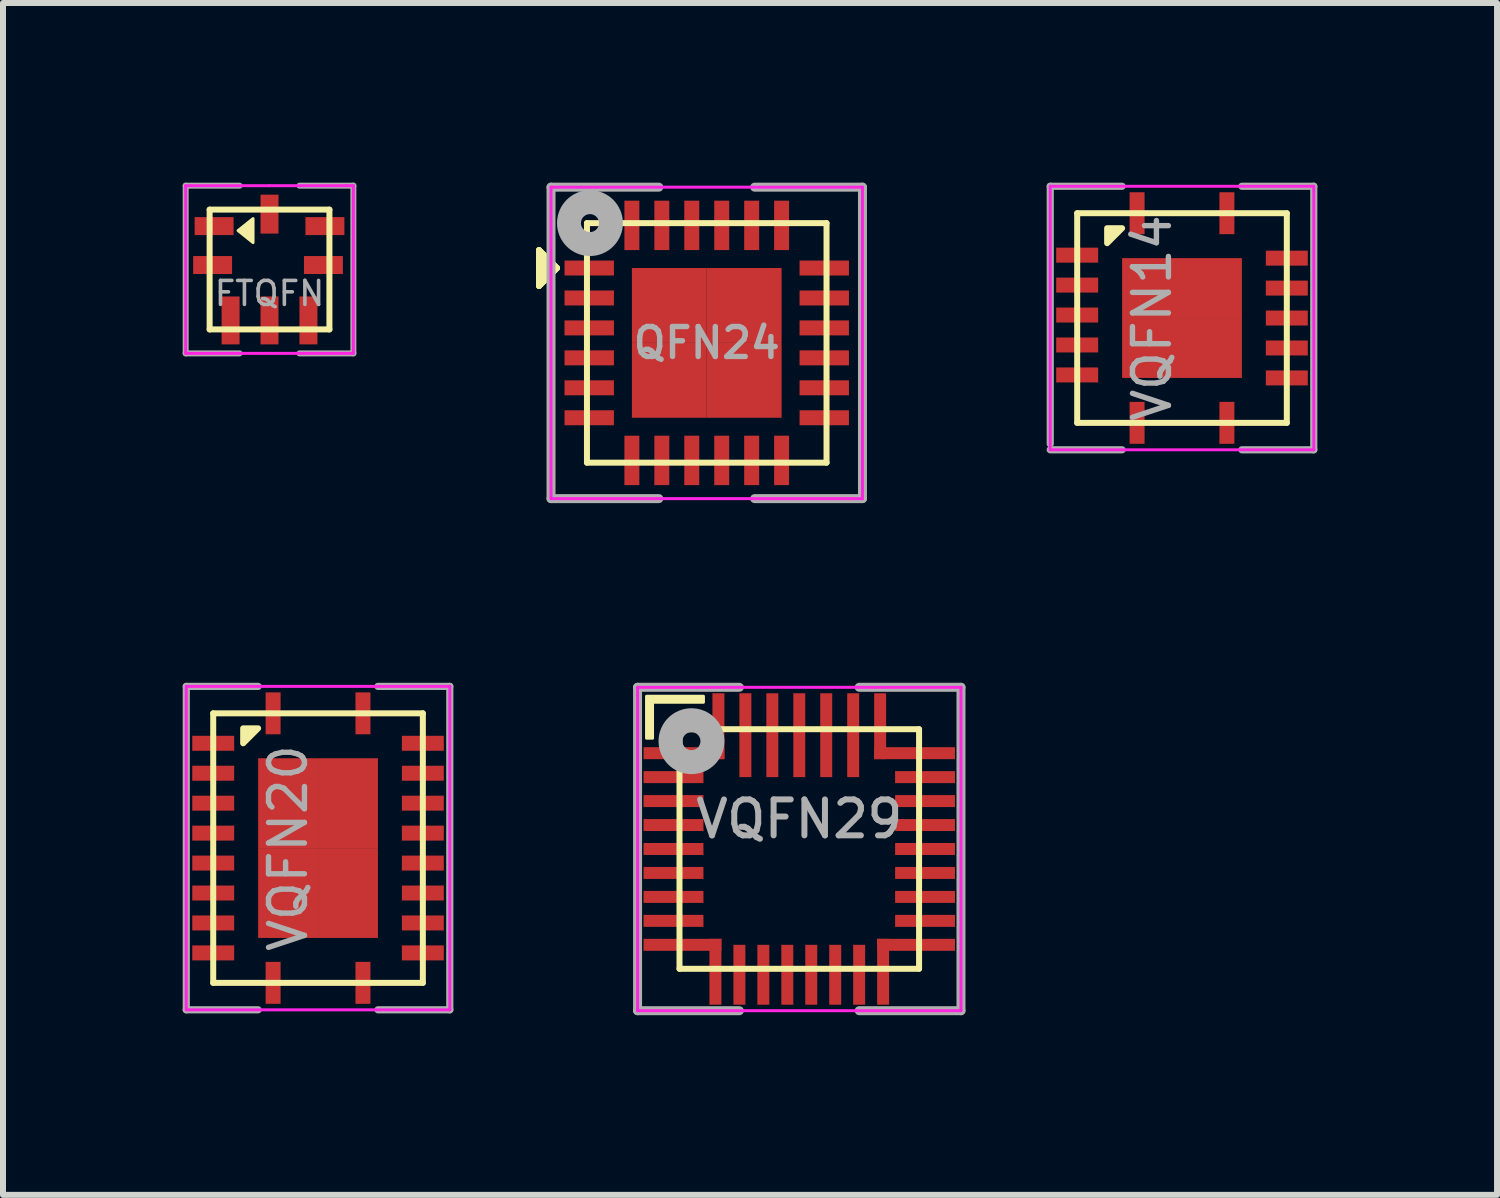
<source format=kicad_pcb>
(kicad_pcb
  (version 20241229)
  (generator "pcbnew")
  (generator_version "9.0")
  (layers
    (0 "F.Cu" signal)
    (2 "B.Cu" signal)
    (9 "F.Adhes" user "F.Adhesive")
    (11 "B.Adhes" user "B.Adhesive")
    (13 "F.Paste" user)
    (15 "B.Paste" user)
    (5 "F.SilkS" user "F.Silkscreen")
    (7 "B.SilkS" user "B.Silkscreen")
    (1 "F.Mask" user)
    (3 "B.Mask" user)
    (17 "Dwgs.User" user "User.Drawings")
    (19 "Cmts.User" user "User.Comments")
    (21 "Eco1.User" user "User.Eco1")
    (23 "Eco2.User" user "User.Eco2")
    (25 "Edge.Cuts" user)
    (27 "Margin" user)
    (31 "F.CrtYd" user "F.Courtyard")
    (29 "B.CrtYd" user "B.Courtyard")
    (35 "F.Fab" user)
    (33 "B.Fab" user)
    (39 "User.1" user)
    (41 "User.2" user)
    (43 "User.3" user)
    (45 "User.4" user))
  (footprint "QFN24"
    (layer "F.Cu")
    (at 8.75 2.675)
    (property "Reference" "QFN24" (at 0 0 0) (layer "F.Fab") (effects (font (size 0.5 0.5) (thickness 0.09))))
    (attr smd)
    (fp_line (start -2.8 -1.55) (end -2.8 -0.95) (stroke (width 0.1) (type solid)) (layer "F.SilkS"))
    (fp_line (start -2.8 -0.95) (end -2.5 -1.25) (stroke (width 0.1) (type solid)) (layer "F.SilkS"))
    (fp_line (start -2.7 -1.35) (end -2.7 -1.15) (stroke (width 0.2) (type solid)) (layer "F.SilkS"))
    (fp_line (start -2.55 -1.25) (end -2.65 -1.25) (stroke (width 0.1) (type solid)) (layer "F.SilkS"))
    (fp_line (start -2.5 -1.25) (end -2.8 -1.55) (stroke (width 0.1) (type solid)) (layer "F.SilkS"))
    (fp_line (start -2 -2) (end 2 -2) (stroke (width 0.1) (type solid)) (layer "F.SilkS"))
    (fp_line (start -2 2) (end -2 -2) (stroke (width 0.1) (type solid)) (layer "F.SilkS"))
    (fp_line (start 2 2) (end -2 2) (stroke (width 0.1) (type solid)) (layer "F.SilkS"))
    (fp_line (start 2 2) (end 2 -2) (stroke (width 0.1) (type solid)) (layer "F.SilkS"))
    (fp_poly (pts (xy -2.5 -1.25) (xy -2.8 -0.95) (xy -2.8 -1.55)) (stroke (width 0.1) (type solid)) (fill yes) (layer "F.SilkS"))
    (fp_line (start -2.6 -2.6) (end 2.6 -2.6) (stroke (width 0.05) (type solid)) (layer "F.CrtYd"))
    (fp_line (start -2.6 2.6) (end -2.6 -2.6) (stroke (width 0.05) (type solid)) (layer "F.CrtYd"))
    (fp_line (start 2.6 -2.6) (end 2.6 2.6) (stroke (width 0.05) (type solid)) (layer "F.CrtYd"))
    (fp_line (start 2.6 2.6) (end -2.6 2.6) (stroke (width 0.05) (type solid)) (layer "F.CrtYd"))
    (fp_line (start -2.6 -2.6) (end -2.6 2.6) (stroke (width 0.15) (type solid)) (layer "F.Fab"))
    (fp_line (start -2.6 2.6) (end -0.8 2.6) (stroke (width 0.15) (type solid)) (layer "F.Fab"))
    (fp_line (start -0.8 -2.6) (end -2.6 -2.6) (stroke (width 0.15) (type solid)) (layer "F.Fab"))
    (fp_line (start 0.8 -2.6) (end 2.6 -2.6) (stroke (width 0.15) (type solid)) (layer "F.Fab"))
    (fp_line (start 2.6 -2.6) (end 2.6 2.6) (stroke (width 0.15) (type solid)) (layer "F.Fab"))
    (fp_line (start 2.6 2.6) (end 0.8 2.6) (stroke (width 0.15) (type solid)) (layer "F.Fab"))
    (fp_circle (center -1.95 -2) (end -1.8 -2) (stroke (width 0.4) (type solid)) (fill no) (layer "F.Fab"))
    (pad "0" smd rect (at -0.625 -0.625) (size 1.25 1.25) (layers "F.Cu" "F.Mask" "F.Paste"))
    (pad "0" smd rect (at -0.625 0.625) (size 1.25 1.25) (layers "F.Cu" "F.Mask" "F.Paste"))
    (pad "0" smd rect (at 0.625 -0.625) (size 1.25 1.25) (layers "F.Cu" "F.Mask" "F.Paste"))
    (pad "0" smd rect (at 0.625 0.625) (size 1.25 1.25) (layers "F.Cu" "F.Mask" "F.Paste"))
    (pad "1" smd rect (at -1.962 -1.25) (size 0.825 0.25) (layers "F.Cu" "F.Mask" "F.Paste"))
    (pad "2" smd rect (at -1.962 -0.75) (size 0.825 0.25) (layers "F.Cu" "F.Mask" "F.Paste"))
    (pad "3" smd rect (at -1.962 -0.25) (size 0.825 0.25) (layers "F.Cu" "F.Mask" "F.Paste"))
    (pad "4" smd rect (at -1.962 0.25) (size 0.825 0.25) (layers "F.Cu" "F.Mask" "F.Paste"))
    (pad "5" smd rect (at -1.962 0.75) (size 0.825 0.25) (layers "F.Cu" "F.Mask" "F.Paste"))
    (pad "6" smd rect (at -1.962 1.25) (size 0.825 0.25) (layers "F.Cu" "F.Mask" "F.Paste"))
    (pad "7" smd rect (at -1.25 1.962) (size 0.25 0.825) (layers "F.Cu" "F.Mask" "F.Paste"))
    (pad "8" smd rect (at -0.75 1.962) (size 0.25 0.825) (layers "F.Cu" "F.Mask" "F.Paste"))
    (pad "9" smd rect (at -0.25 1.962) (size 0.25 0.825) (layers "F.Cu" "F.Mask" "F.Paste"))
    (pad "10" smd rect (at 0.25 1.962) (size 0.25 0.825) (layers "F.Cu" "F.Mask" "F.Paste"))
    (pad "11" smd rect (at 0.75 1.962) (size 0.25 0.825) (layers "F.Cu" "F.Mask" "F.Paste"))
    (pad "12" smd rect (at 1.25 1.962) (size 0.25 0.825) (layers "F.Cu" "F.Mask" "F.Paste"))
    (pad "13" smd rect (at 1.962 1.25) (size 0.825 0.25) (layers "F.Cu" "F.Mask" "F.Paste"))
    (pad "14" smd rect (at 1.962 0.75) (size 0.825 0.25) (layers "F.Cu" "F.Mask" "F.Paste"))
    (pad "15" smd rect (at 1.962 0.25) (size 0.825 0.25) (layers "F.Cu" "F.Mask" "F.Paste"))
    (pad "16" smd rect (at 1.962 -0.25) (size 0.825 0.25) (layers "F.Cu" "F.Mask" "F.Paste"))
    (pad "17" smd rect (at 1.962 -0.75) (size 0.825 0.25) (layers "F.Cu" "F.Mask" "F.Paste"))
    (pad "18" smd rect (at 1.962 -1.25) (size 0.825 0.25) (layers "F.Cu" "F.Mask" "F.Paste"))
    (pad "19" smd rect (at 1.25 -1.962) (size 0.25 0.825) (layers "F.Cu" "F.Mask" "F.Paste"))
    (pad "20" smd rect (at 0.75 -1.962) (size 0.25 0.825) (layers "F.Cu" "F.Mask" "F.Paste"))
    (pad "21" smd rect (at 0.25 -1.962) (size 0.25 0.825) (layers "F.Cu" "F.Mask" "F.Paste"))
    (pad "22" smd rect (at -0.25 -1.962) (size 0.25 0.825) (layers "F.Cu" "F.Mask" "F.Paste"))
    (pad "23" smd rect (at -0.75 -1.962) (size 0.25 0.825) (layers "F.Cu" "F.Mask" "F.Paste"))
    (pad "24" smd rect (at -1.25 -1.962) (size 0.25 0.825) (layers "F.Cu" "F.Mask" "F.Paste")))
  (footprint "FTQFN"
    (layer "F.Cu")
    (at 1.45 1.45)
    (property "Reference" "FTQFN" (at 0 0.4 180) (layer "F.Fab") (effects (font (size 0.4 0.4) (thickness 0.06))))
    (attr through_hole)
    (fp_line (start -1 -1) (end 1 -1) (stroke (width 0.1) (type solid)) (layer "F.SilkS"))
    (fp_line (start -1 1) (end -1 -1) (stroke (width 0.1) (type solid)) (layer "F.SilkS"))
    (fp_line (start 1 -1) (end 1 1) (stroke (width 0.1) (type solid)) (layer "F.SilkS"))
    (fp_line (start 1 1) (end -1 1) (stroke (width 0.1) (type solid)) (layer "F.SilkS"))
    (fp_poly (pts (xy -0.275 -0.45) (xy -0.525 -0.65) (xy -0.275 -0.85)) (stroke (width 0.05) (type solid)) (fill yes) (layer "F.SilkS"))
    (fp_line (start -1.4 -1.4) (end 0 -1.4) (stroke (width 0.05) (type solid)) (layer "F.CrtYd"))
    (fp_line (start -1.4 1.4) (end -1.4 -1.4) (stroke (width 0.05) (type solid)) (layer "F.CrtYd"))
    (fp_line (start 0 -1.4) (end 1.3 -1.4) (stroke (width 0.05) (type solid)) (layer "F.CrtYd"))
    (fp_line (start 1.3 -1.4) (end 1.4 -1.4) (stroke (width 0.05) (type solid)) (layer "F.CrtYd"))
    (fp_line (start 1.4 -1.4) (end 1.4 1.4) (stroke (width 0.05) (type solid)) (layer "F.CrtYd"))
    (fp_line (start 1.4 1.4) (end -1.4 1.4) (stroke (width 0.05) (type solid)) (layer "F.CrtYd"))
    (fp_line (start -1.4 -1.4) (end -1.4 1.4) (stroke (width 0.1) (type solid)) (layer "F.Fab"))
    (fp_line (start -1.4 1.4) (end -0.5 1.4) (stroke (width 0.1) (type solid)) (layer "F.Fab"))
    (fp_line (start -0.5 -1.4) (end -1.4 -1.4) (stroke (width 0.1) (type solid)) (layer "F.Fab"))
    (fp_line (start 0.5 1.4) (end 1.4 1.4) (stroke (width 0.1) (type solid)) (layer "F.Fab"))
    (fp_line (start 1.4 -1.4) (end 0.5 -1.4) (stroke (width 0.1) (type solid)) (layer "F.Fab"))
    (fp_line (start 1.4 1.4) (end 1.4 -1.4) (stroke (width 0.1) (type solid)) (layer "F.Fab"))
    (pad "1" smd rect (at -0.925 -0.725) (size 0.65 0.3) (layers "F.Cu" "F.Mask" "F.Paste"))
    (pad "2" smd rect (at -0.95 -0.075) (size 0.65 0.3) (layers "F.Cu" "F.Mask" "F.Paste"))
    (pad "3" smd rect (at -0.65 0.85) (size 0.3 0.8) (layers "F.Cu" "F.Mask" "F.Paste"))
    (pad "4" smd rect (at 0 0.85) (size 0.3 0.8) (layers "F.Cu" "F.Mask" "F.Paste"))
    (pad "5" smd rect (at 0.65 0.85) (size 0.3 0.8) (layers "F.Cu" "F.Mask" "F.Paste"))
    (pad "6" smd rect (at 0.9 -0.075) (size 0.65 0.3) (layers "F.Cu" "F.Mask" "F.Paste"))
    (pad "7" smd rect (at 0.925 -0.725) (size 0.65 0.3) (layers "F.Cu" "F.Mask" "F.Paste"))
    (pad "8" smd rect (at 0 -0.925) (size 0.3 0.65) (layers "F.Cu" "F.Mask" "F.Paste")))
  (footprint "VQFN20"
    (layer "F.Cu")
    (at 2.26 11.11)
    (property "Reference" "VQFN20" (at -0.5 0 90) (layer "F.Fab") (effects (font (size 0.6 0.6) (thickness 0.09))))
    (attr smd)
    (fp_line (start -1.75 -2.25) (end -1.75 2.25) (stroke (width 0.1) (type solid)) (layer "F.SilkS"))
    (fp_line (start 1.75 -2.25) (end -1.75 -2.25) (stroke (width 0.1) (type solid)) (layer "F.SilkS"))
    (fp_line (start 1.75 -2.25) (end 1.75 2.25) (stroke (width 0.1) (type solid)) (layer "F.SilkS"))
    (fp_line (start 1.75 2.25) (end -1.75 2.25) (stroke (width 0.1) (type solid)) (layer "F.SilkS"))
    (fp_poly (pts (xy -1.25 -1.75) (xy -1.25 -2) (xy -1 -2)) (stroke (width 0.1) (type solid)) (fill yes) (layer "F.SilkS"))
    (fp_line (start -2.2 2.7) (end -2.2 -2.7) (stroke (width 0.05) (type solid)) (layer "F.CrtYd"))
    (fp_line (start -2.2 2.7) (end 2.2 2.7) (stroke (width 0.05) (type solid)) (layer "F.CrtYd"))
    (fp_line (start 2.2 -2.7) (end -2.2 -2.7) (stroke (width 0.05) (type solid)) (layer "F.CrtYd"))
    (fp_line (start 2.2 2.7) (end 2.2 -2.7) (stroke (width 0.05) (type solid)) (layer "F.CrtYd"))
    (fp_line (start -2.2 -2.7) (end -2.2 2.7) (stroke (width 0.12) (type solid)) (layer "F.Fab"))
    (fp_line (start -1 -2.7) (end -2.2 -2.7) (stroke (width 0.12) (type solid)) (layer "F.Fab"))
    (fp_line (start -1 2.7) (end -2.2 2.7) (stroke (width 0.12) (type solid)) (layer "F.Fab"))
    (fp_line (start 2.2 -2.7) (end 1 -2.7) (stroke (width 0.12) (type solid)) (layer "F.Fab"))
    (fp_line (start 2.2 -2.7) (end 2.2 2.7) (stroke (width 0.12) (type solid)) (layer "F.Fab"))
    (fp_line (start 2.2 2.7) (end 1 2.7) (stroke (width 0.12) (type solid)) (layer "F.Fab"))
    (pad "0" smd rect (at -0.5 -0.75) (size 1 1.5) (layers "F.Cu" "F.Mask" "F.Paste"))
    (pad "0" smd rect (at -0.5 0.75) (size 1 1.5) (layers "F.Cu" "F.Mask" "F.Paste"))
    (pad "0" smd rect (at 0.5 -0.75) (size 1 1.5) (layers "F.Cu" "F.Mask" "F.Paste"))
    (pad "0" smd rect (at 0.5 0.75) (size 1 1.5) (layers "F.Cu" "F.Mask" "F.Paste"))
    (pad "1" smd rect (at -0.75 -2.25 90) (size 0.7 0.25) (layers "F.Cu" "F.Mask" "F.Paste"))
    (pad "2" smd rect (at -1.75 -1.75) (size 0.7 0.25) (layers "F.Cu" "F.Mask" "F.Paste"))
    (pad "3" smd rect (at -1.75 -1.25) (size 0.7 0.25) (layers "F.Cu" "F.Mask" "F.Paste"))
    (pad "4" smd rect (at -1.75 -0.75) (size 0.7 0.25) (layers "F.Cu" "F.Mask" "F.Paste"))
    (pad "5" smd rect (at -1.75 -0.25) (size 0.7 0.25) (layers "F.Cu" "F.Mask" "F.Paste"))
    (pad "6" smd rect (at -1.75 0.25) (size 0.7 0.25) (layers "F.Cu" "F.Mask" "F.Paste"))
    (pad "7" smd rect (at -1.75 0.75) (size 0.7 0.25) (layers "F.Cu" "F.Mask" "F.Paste"))
    (pad "8" smd rect (at -1.75 1.25) (size 0.7 0.25) (layers "F.Cu" "F.Mask" "F.Paste"))
    (pad "9" smd rect (at -1.75 1.75) (size 0.7 0.25) (layers "F.Cu" "F.Mask" "F.Paste"))
    (pad "10" smd rect (at -0.75 2.25 90) (size 0.7 0.25) (layers "F.Cu" "F.Mask" "F.Paste"))
    (pad "11" smd rect (at 0.75 2.25 90) (size 0.7 0.25) (layers "F.Cu" "F.Mask" "F.Paste"))
    (pad "12" smd rect (at 1.75 1.75) (size 0.7 0.25) (layers "F.Cu" "F.Mask" "F.Paste"))
    (pad "13" smd rect (at 1.75 1.25) (size 0.7 0.25) (layers "F.Cu" "F.Mask" "F.Paste"))
    (pad "14" smd rect (at 1.75 0.75) (size 0.7 0.25) (layers "F.Cu" "F.Mask" "F.Paste"))
    (pad "15" smd rect (at 1.75 0.25) (size 0.7 0.25) (layers "F.Cu" "F.Mask" "F.Paste"))
    (pad "16" smd rect (at 1.75 -0.25) (size 0.7 0.25) (layers "F.Cu" "F.Mask" "F.Paste"))
    (pad "17" smd rect (at 1.75 -0.75) (size 0.7 0.25) (layers "F.Cu" "F.Mask" "F.Paste"))
    (pad "18" smd rect (at 1.75 -1.25) (size 0.7 0.25) (layers "F.Cu" "F.Mask" "F.Paste"))
    (pad "19" smd rect (at 1.75 -1.75) (size 0.7 0.25) (layers "F.Cu" "F.Mask" "F.Paste"))
    (pad "20" smd rect (at 0.75 -2.25 90) (size 0.7 0.25) (layers "F.Cu" "F.Mask" "F.Paste")))
  (footprint "VQFN14"
    (layer "F.Cu")
    (at 16.685 2.26)
    (property "Reference" "VQFN14" (at -0.5 0 90) (layer "F.Fab") (effects (font (size 0.6 0.6) (thickness 0.09))))
    (attr smd)
    (fp_line (start -1.75 -1.75) (end -1.75 1.75) (stroke (width 0.1) (type solid)) (layer "F.SilkS"))
    (fp_line (start 1.75 -1.75) (end -1.75 -1.75) (stroke (width 0.1) (type solid)) (layer "F.SilkS"))
    (fp_line (start 1.75 -1.75) (end 1.75 1.75) (stroke (width 0.1) (type solid)) (layer "F.SilkS"))
    (fp_line (start 1.75 1.75) (end -1.75 1.75) (stroke (width 0.1) (type solid)) (layer "F.SilkS"))
    (fp_poly (pts (xy -1.25 -1.25) (xy -1.25 -1.5) (xy -1 -1.5)) (stroke (width 0.1) (type solid)) (fill yes) (layer "F.SilkS"))
    (fp_line (start -2.2 2.2) (end -2.2 -2.2) (stroke (width 0.05) (type solid)) (layer "F.CrtYd"))
    (fp_line (start -2.2 2.2) (end 2.2 2.2) (stroke (width 0.05) (type solid)) (layer "F.CrtYd"))
    (fp_line (start 2.2 -2.2) (end -2.2 -2.2) (stroke (width 0.05) (type solid)) (layer "F.CrtYd"))
    (fp_line (start 2.2 2.2) (end 2.2 -2.2) (stroke (width 0.05) (type solid)) (layer "F.CrtYd"))
    (fp_line (start -2.2 -2.2) (end -2.2 2.1) (stroke (width 0.12) (type solid)) (layer "F.Fab"))
    (fp_line (start -1 -2.2) (end -2.2 -2.2) (stroke (width 0.12) (type solid)) (layer "F.Fab"))
    (fp_line (start -1 2.2) (end -2.2 2.2) (stroke (width 0.12) (type solid)) (layer "F.Fab"))
    (fp_line (start 2.2 -2.2) (end 1 -2.2) (stroke (width 0.12) (type solid)) (layer "F.Fab"))
    (fp_line (start 2.2 -2.2) (end 2.2 2.2) (stroke (width 0.12) (type solid)) (layer "F.Fab"))
    (fp_line (start 2.2 2.2) (end 1 2.2) (stroke (width 0.12) (type solid)) (layer "F.Fab"))
    (pad "0" smd rect (at -0.5 -0.5) (size 1 1) (layers "F.Cu" "F.Mask" "F.Paste"))
    (pad "0" smd rect (at -0.5 0.5) (size 1 1) (layers "F.Cu" "F.Mask" "F.Paste"))
    (pad "0" smd rect (at 0.5 -0.5) (size 1 1) (layers "F.Cu" "F.Mask" "F.Paste"))
    (pad "0" smd rect (at 0.5 0.5) (size 1 1) (layers "F.Cu" "F.Mask" "F.Paste"))
    (pad "1" smd rect (at -0.75 -1.75 90) (size 0.7 0.25) (layers "F.Cu" "F.Mask" "F.Paste"))
    (pad "2" smd rect (at -1.75 -1.05) (size 0.7 0.25) (layers "F.Cu" "F.Mask" "F.Paste"))
    (pad "3" smd rect (at -1.75 -0.55) (size 0.7 0.25) (layers "F.Cu" "F.Mask" "F.Paste"))
    (pad "4" smd rect (at -1.75 -0.05) (size 0.7 0.25) (layers "F.Cu" "F.Mask" "F.Paste"))
    (pad "5" smd rect (at -1.75 0.45) (size 0.7 0.25) (layers "F.Cu" "F.Mask" "F.Paste"))
    (pad "6" smd rect (at -1.75 0.95) (size 0.7 0.25) (layers "F.Cu" "F.Mask" "F.Paste"))
    (pad "7" smd rect (at -0.75 1.75 90) (size 0.7 0.25) (layers "F.Cu" "F.Mask" "F.Paste"))
    (pad "8" smd rect (at 0.75 1.75 90) (size 0.7 0.25) (layers "F.Cu" "F.Mask" "F.Paste"))
    (pad "9" smd rect (at 1.75 1) (size 0.7 0.25) (layers "F.Cu" "F.Mask" "F.Paste"))
    (pad "10" smd rect (at 1.75 0.5) (size 0.7 0.25) (layers "F.Cu" "F.Mask" "F.Paste"))
    (pad "11" smd rect (at 1.75 0) (size 0.7 0.25) (layers "F.Cu" "F.Mask" "F.Paste"))
    (pad "12" smd rect (at 1.75 -0.5) (size 0.7 0.25) (layers "F.Cu" "F.Mask" "F.Paste"))
    (pad "13" smd rect (at 1.75 -1) (size 0.7 0.25) (layers "F.Cu" "F.Mask" "F.Paste"))
    (pad "14" smd rect (at 0.75 -1.75 90) (size 0.7 0.25) (layers "F.Cu" "F.Mask" "F.Paste")))
  (footprint "VQFN29"
    (layer "F.Cu")
    (at 10.295 11.125)
    (property "Reference" "VQFN29" (at 0 -0.5 0) (layer "F.Fab") (effects (font (size 0.6 0.6) (thickness 0.1))))
    (attr smd)
    (fp_line (start -2 -2) (end -2 2) (stroke (width 0.1) (type solid)) (layer "F.SilkS"))
    (fp_line (start -2 -2) (end 2 -2) (stroke (width 0.1) (type solid)) (layer "F.SilkS"))
    (fp_line (start 2 -2) (end 2 2) (stroke (width 0.1) (type solid)) (layer "F.SilkS"))
    (fp_line (start 2 2) (end -2 2) (stroke (width 0.1) (type solid)) (layer "F.SilkS"))
    (fp_poly (pts (xy -1.6 -2.45) (xy -2.45 -2.45) (xy -2.45 -1.85) (xy -2.55 -1.85) (xy -2.55 -2.55) (xy -1.6 -2.55)) (stroke (width 0.05) (type solid)) (fill yes) (layer "F.SilkS"))
    (fp_line (start -2.7 -2.7) (end -2.7 2.7) (stroke (width 0.05) (type solid)) (layer "F.CrtYd"))
    (fp_line (start -2.7 2.7) (end 2.7 2.7) (stroke (width 0.05) (type solid)) (layer "F.CrtYd"))
    (fp_line (start 2.7 -2.7) (end -2.7 -2.7) (stroke (width 0.05) (type solid)) (layer "F.CrtYd"))
    (fp_line (start 2.7 2.7) (end 2.7 -2.7) (stroke (width 0.05) (type solid)) (layer "F.CrtYd"))
    (fp_line (start -2.7 -2.7) (end -2.7 2.7) (stroke (width 0.15) (type solid)) (layer "F.Fab"))
    (fp_line (start -2.7 2.7) (end -1 2.7) (stroke (width 0.15) (type solid)) (layer "F.Fab"))
    (fp_line (start -1 -2.7) (end -2.7 -2.7) (stroke (width 0.15) (type solid)) (layer "F.Fab"))
    (fp_line (start 1 -2.7) (end 2.7 -2.7) (stroke (width 0.15) (type solid)) (layer "F.Fab"))
    (fp_line (start 1 2.7) (end 2.7 2.7) (stroke (width 0.15) (type solid)) (layer "F.Fab"))
    (fp_line (start 2.7 2.7) (end 2.7 -2.7) (stroke (width 0.15) (type solid)) (layer "F.Fab"))
    (fp_circle (center -1.8 -1.8) (end -1.65 -1.8) (stroke (width 0.4) (type solid)) (fill no) (layer "F.Fab"))
    (pad "1" smd rect (at -1.925 -1.6) (size 1.35 0.2) (layers "F.Cu" "F.Mask" "F.Paste"))
    (pad "1" smd rect (at -1.35 -2.05 90) (size 1.1 0.2) (layers "F.Cu" "F.Mask" "F.Paste"))
    (pad "2" smd rect (at -2.1 -1.2) (size 1 0.2) (layers "F.Cu" "F.Mask" "F.Paste"))
    (pad "3" smd rect (at -2.1 -0.8) (size 1 0.2) (layers "F.Cu" "F.Mask" "F.Paste"))
    (pad "4" smd rect (at -2.1 -0.4) (size 1 0.2) (layers "F.Cu" "F.Mask" "F.Paste"))
    (pad "5" smd rect (at -2.1 0) (size 1 0.2) (layers "F.Cu" "F.Mask" "F.Paste"))
    (pad "6" smd rect (at -2.1 0.4) (size 1 0.2) (layers "F.Cu" "F.Mask" "F.Paste"))
    (pad "7" smd rect (at -2.1 0.8) (size 1 0.2) (layers "F.Cu" "F.Mask" "F.Paste"))
    (pad "8" smd rect (at -2.1 1.2) (size 1 0.2) (layers "F.Cu" "F.Mask" "F.Paste"))
    (pad "9" smd rect (at -1.95 1.6) (size 1.3 0.2) (layers "F.Cu" "F.Mask" "F.Paste"))
    (pad "9" smd rect (at -1.4 2.05 90) (size 1.1 0.2) (layers "F.Cu" "F.Mask" "F.Paste"))
    (pad "10" smd rect (at -1 2.1 90) (size 1 0.2) (layers "F.Cu" "F.Mask" "F.Paste"))
    (pad "11" smd rect (at -0.6 2.1 90) (size 1 0.2) (layers "F.Cu" "F.Mask" "F.Paste"))
    (pad "12" smd rect (at -0.2 2.1 90) (size 1 0.2) (layers "F.Cu" "F.Mask" "F.Paste"))
    (pad "13" smd rect (at 0.2 2.1 90) (size 1 0.2) (layers "F.Cu" "F.Mask" "F.Paste"))
    (pad "14" smd rect (at 0.6 2.1 90) (size 1 0.2) (layers "F.Cu" "F.Mask" "F.Paste"))
    (pad "15" smd rect (at 1 2.1 90) (size 1 0.2) (layers "F.Cu" "F.Mask" "F.Paste"))
    (pad "16" smd rect (at 1.4 2.05 90) (size 1.1 0.2) (layers "F.Cu" "F.Mask" "F.Paste"))
    (pad "16" smd rect (at 1.95 1.6) (size 1.3 0.2) (layers "F.Cu" "F.Mask" "F.Paste"))
    (pad "17" smd rect (at 2.1 1.2) (size 1 0.2) (layers "F.Cu" "F.Mask" "F.Paste"))
    (pad "18" smd rect (at 2.1 0.8) (size 1 0.2) (layers "F.Cu" "F.Mask" "F.Paste"))
    (pad "19" smd rect (at 2.1 0.4) (size 1 0.2) (layers "F.Cu" "F.Mask" "F.Paste"))
    (pad "20" smd rect (at 2.1 0) (size 1 0.2) (layers "F.Cu" "F.Mask" "F.Paste"))
    (pad "21" smd rect (at 2.1 -0.4) (size 1 0.2) (layers "F.Cu" "F.Mask" "F.Paste"))
    (pad "22" smd rect (at 2.1 -0.8) (size 1 0.2) (layers "F.Cu" "F.Mask" "F.Paste"))
    (pad "23" smd rect (at 2.1 -1.2) (size 1 0.2) (layers "F.Cu" "F.Mask" "F.Paste"))
    (pad "24" smd rect (at 1.35 -2.05 90) (size 1.1 0.2) (layers "F.Cu" "F.Mask" "F.Paste"))
    (pad "24" smd rect (at 1.925 -1.6) (size 1.35 0.2) (layers "F.Cu" "F.Mask" "F.Paste"))
    (pad "25" smd rect (at 0.9 -1.9 90) (size 1.4 0.2) (layers "F.Cu" "F.Mask" "F.Paste"))
    (pad "26" smd rect (at 0.45 -1.9 90) (size 1.4 0.2) (layers "F.Cu" "F.Mask" "F.Paste"))
    (pad "27" smd rect (at 0 -1.9 90) (size 1.4 0.2) (layers "F.Cu" "F.Mask" "F.Paste"))
    (pad "28" smd rect (at -0.45 -1.9 90) (size 1.4 0.2) (layers "F.Cu" "F.Mask" "F.Paste"))
    (pad "29" smd rect (at -0.9 -1.9 90) (size 1.4 0.2) (layers "F.Cu" "F.Mask" "F.Paste")))
  (gr_rect
    (start -3 -3)
    (end 21.945 16.9)
    (stroke (width 0.1) (type default))
    (fill no)
    (layer "Edge.Cuts")))
</source>
